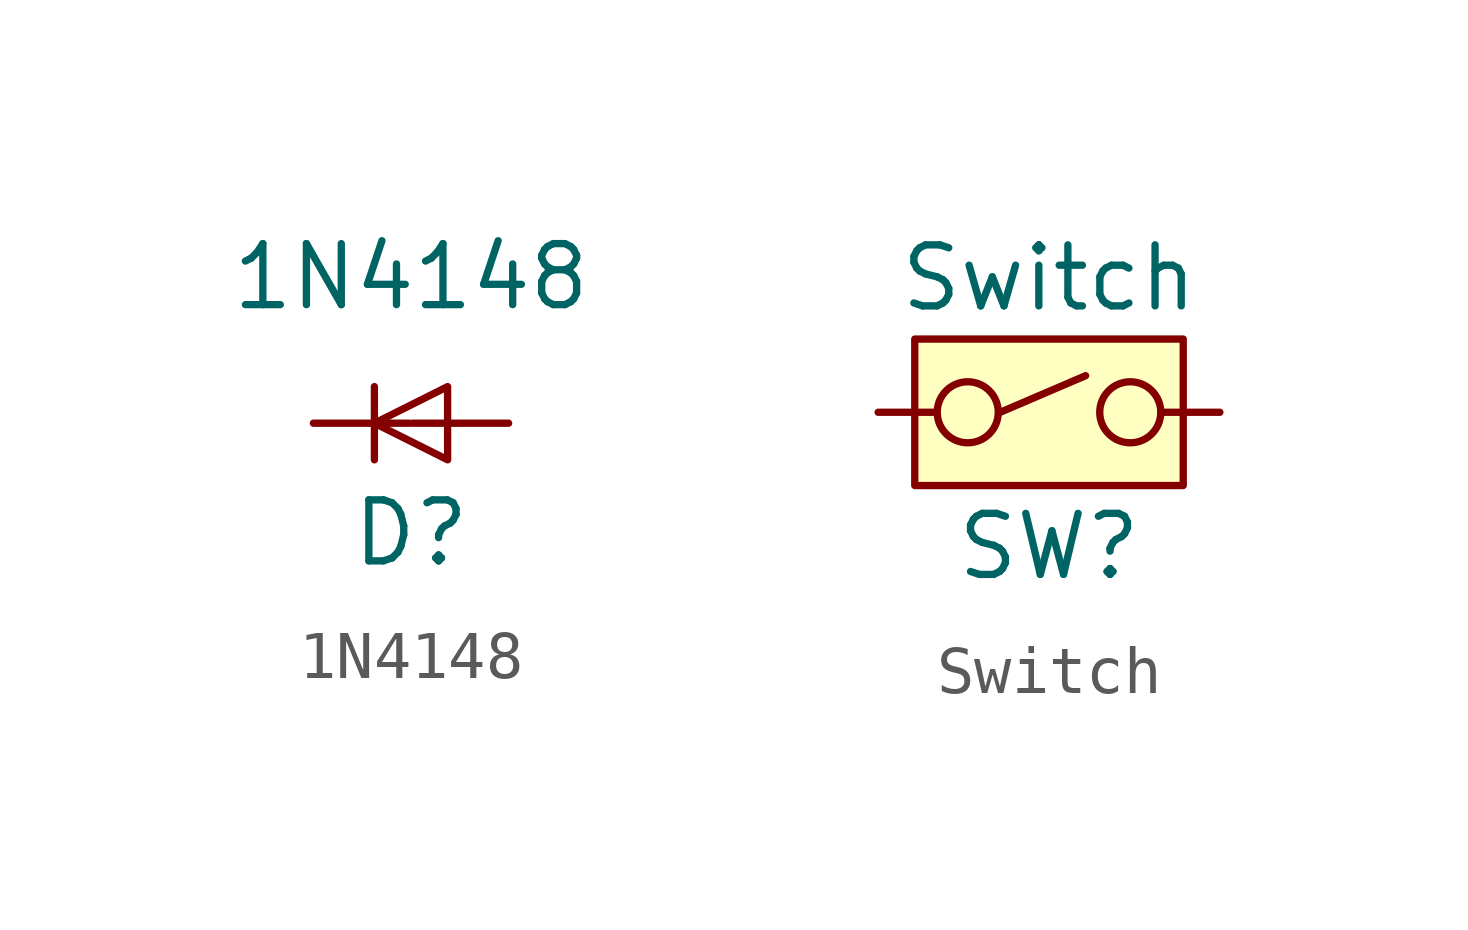
<source format=kicad_sym>
(kicad_symbol_lib
  (version 20211014)
  (generator kicad_symbol_editor)
  (symbol "1N4148"
    (pin_numbers hide)
    (pin_names hide)
    (property "Reference" "D"
      (at 0 -2.286 0)
      (effects (font (size 1.27 1.27))))
    (property "Value" "1N4148"
      (at 0 3.048 0)
      (effects (font (size 1.27 1.27))))
    (symbol "1N4148_0_1"
      (polyline (pts (xy -0.762 0.762) (xy -0.762 -0.762)) (stroke (width 0) (type default) (color 0 0 0 0)) (fill (type none)))
      (polyline (pts (xy -0.762 0) (xy 0.762 0.762) (xy 0.762 -0.762) (xy -0.762 0)) (stroke (width 0) (type default) (color 0 0 0 0)) (fill (type none))))
    (symbol "1N4148_1_1"
      (pin passive line (at -2.032 0 0) (length 2) (name "" (effects (font (size 0.5 0.5)))) (number "" (effects (font (size 0.5 0.5)))))
      (pin passive line (at 2.032 0 180) (length 2) (name "" (effects (font (size 0.5 0.5)))) (number "" (effects (font (size 0.5 0.5)))))))
  (symbol "Switch"
    (pin_numbers hide)
    (pin_names hide)
    (property "Reference" "SW"
      (at 0 -2.794 0)
      (effects (font (size 1.27 1.27))))
    (property "Value" "Switch"
      (at 0 2.794 0)
      (effects (font (size 1.27 1.27))))
    (symbol "Switch_0_1"
      (rectangle (start -2.794 1.524) (end 2.794 -1.524) (stroke (width 0) (type default) (color 0 0 0 0)) (fill (type background)))
      (polyline (pts (xy -1.016 0) (xy 0.762 0.762)) (stroke (width 0) (type default) (color 0 0 0 0)) (fill (type none))))
    (symbol "Switch_1_1"
      (pin passive inverted (at -3.556 0 0) (length 2.5) (name "" (effects (font (size 0.5 0.5)))) (number "1" (effects (font (size 0.5 0.5)))))
      (pin passive inverted (at 3.556 0 180) (length 2.5) (name "" (effects (font (size 0.5 0.5)))) (number "2" (effects (font (size 0.5 0.5))))))))
</source>
